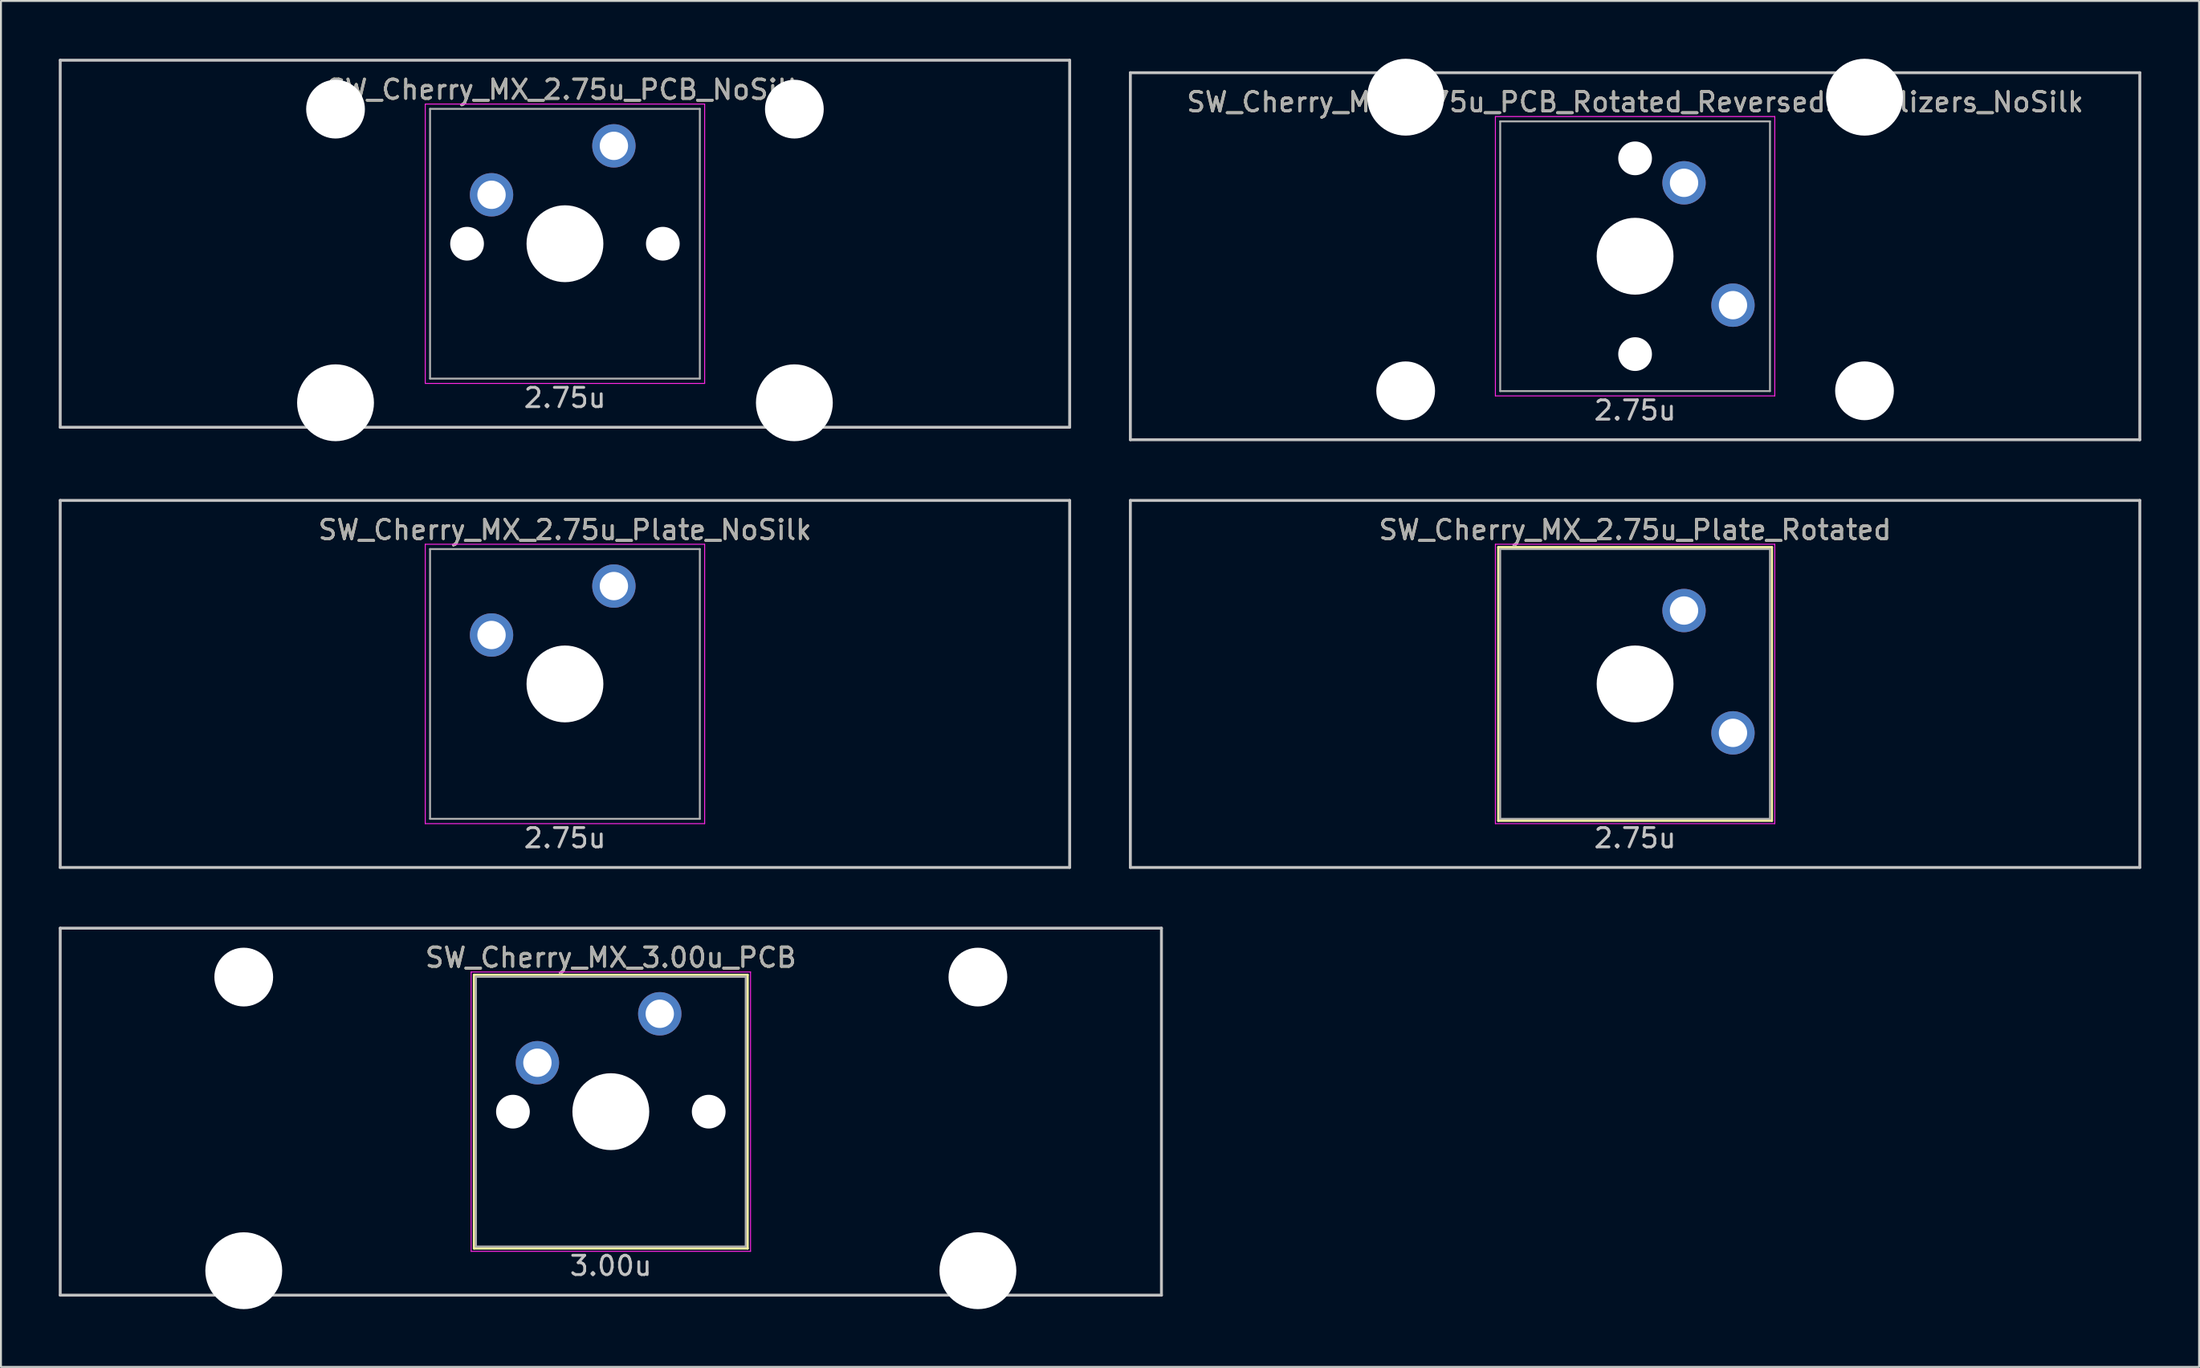
<source format=kicad_pcb>
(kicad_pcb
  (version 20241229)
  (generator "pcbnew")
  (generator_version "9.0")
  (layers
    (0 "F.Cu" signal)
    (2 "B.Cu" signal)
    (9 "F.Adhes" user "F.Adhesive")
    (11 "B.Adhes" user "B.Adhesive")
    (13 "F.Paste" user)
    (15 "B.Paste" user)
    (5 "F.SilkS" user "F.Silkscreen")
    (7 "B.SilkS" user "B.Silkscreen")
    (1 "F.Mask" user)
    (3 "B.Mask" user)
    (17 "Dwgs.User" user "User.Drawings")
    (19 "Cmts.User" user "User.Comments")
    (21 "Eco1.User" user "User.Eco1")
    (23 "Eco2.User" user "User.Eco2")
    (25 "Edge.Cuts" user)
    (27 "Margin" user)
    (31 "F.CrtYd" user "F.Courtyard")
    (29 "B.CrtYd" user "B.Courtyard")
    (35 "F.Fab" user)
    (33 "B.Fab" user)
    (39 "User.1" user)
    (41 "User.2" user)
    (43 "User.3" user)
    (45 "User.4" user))
  (footprint "SW_Cherry_MX_3.00u_PCB"
    (layer "F.Cu")
    (at 28.65 54.649)
    (property "Reference" "SW_Cherry_MX_3.00u_PCB" (at 0 -8 0) (layer "F.SilkS") (effects (font (size 1 1) (thickness 0.15))))
    (attr through_hole)
    (fp_line (start -7.1 -7.1) (end 7.1 -7.1) (stroke (width 0.12) (type solid)) (layer "F.SilkS"))
    (fp_line (start -7.1 7.1) (end -7.1 -7.1) (stroke (width 0.12) (type solid)) (layer "F.SilkS"))
    (fp_line (start 7.1 -7.1) (end 7.1 7.1) (stroke (width 0.12) (type solid)) (layer "F.SilkS"))
    (fp_line (start 7.1 7.1) (end -7.1 7.1) (stroke (width 0.12) (type solid)) (layer "F.SilkS"))
    (fp_line (start -28.575 -9.525) (end 28.575 -9.525) (stroke (width 0.15) (type solid)) (layer "Dwgs.User"))
    (fp_line (start -28.575 9.525) (end -28.575 -9.525) (stroke (width 0.15) (type solid)) (layer "Dwgs.User"))
    (fp_line (start -28.575 9.525) (end 28.575 9.525) (stroke (width 0.15) (type solid)) (layer "Dwgs.User"))
    (fp_line (start 28.575 -9.525) (end 28.575 9.525) (stroke (width 0.15) (type solid)) (layer "Dwgs.User"))
    (fp_line (start -7.25 -7.25) (end 7.25 -7.25) (stroke (width 0.05) (type solid)) (layer "F.CrtYd"))
    (fp_line (start -7.25 7.25) (end -7.25 -7.25) (stroke (width 0.05) (type solid)) (layer "F.CrtYd"))
    (fp_line (start 7.25 -7.25) (end 7.25 7.25) (stroke (width 0.05) (type solid)) (layer "F.CrtYd"))
    (fp_line (start 7.25 7.25) (end -7.25 7.25) (stroke (width 0.05) (type solid)) (layer "F.CrtYd"))
    (fp_line (start -7 -7) (end 7 -7) (stroke (width 0.1) (type solid)) (layer "F.Fab"))
    (fp_line (start -7 7) (end -7 -7) (stroke (width 0.1) (type solid)) (layer "F.Fab"))
    (fp_line (start 7 -7) (end 7 7) (stroke (width 0.1) (type solid)) (layer "F.Fab"))
    (fp_line (start 7 7) (end -7 7) (stroke (width 0.1) (type solid)) (layer "F.Fab"))
    (fp_text user "3.00u" (at 0 8 0) (layer "Dwgs.User") (effects (font (size 1 1) (thickness 0.15))))
    (fp_text user "${REFERENCE}" (at 0 -8 0) (layer "F.Fab") (effects (font (size 1 1) (thickness 0.15))))
    (pad "" np_thru_hole circle (at -19.05 -6.985) (size 3.048 3.048) (drill 3.048) (layers "*.Cu" "*.Mask"))
    (pad "" np_thru_hole circle (at -19.05 8.255) (size 3.988 3.988) (drill 3.988) (layers "*.Cu" "*.Mask"))
    (pad "" np_thru_hole circle (at -5.08 0 48.1) (size 1.75 1.75) (drill 1.75) (layers "*.Cu" "*.Mask"))
    (pad "" np_thru_hole circle (at 0 0) (size 3.988 3.988) (drill 3.988) (layers "*.Cu" "*.Mask"))
    (pad "" np_thru_hole circle (at 5.08 0 48.1) (size 1.75 1.75) (drill 1.75) (layers "*.Cu" "*.Mask"))
    (pad "" np_thru_hole circle (at 19.05 -6.985) (size 3.048 3.048) (drill 3.048) (layers "*.Cu" "*.Mask"))
    (pad "" np_thru_hole circle (at 19.05 8.255) (size 3.988 3.988) (drill 3.988) (layers "*.Cu" "*.Mask"))
    (pad "1" thru_hole circle (at -3.81 -2.54 48.1) (size 2.25 2.25) (drill 1.47) (layers "*.Cu" "B.Mask"))
    (pad "2" thru_hole circle (at 2.54 -5.08) (size 2.25 2.25) (drill 1.47) (layers "*.Cu" "B.Mask")))
  (footprint "SW_Cherry_MX_2.75u_PCB_Rotated_ReversedStabilizers_NoSilk"
    (layer "F.Cu")
    (at 81.806 10.249)
    (property "Reference" "SW_Cherry_MX_2.75u_PCB_Rotated_ReversedStabilizers_NoSilk" (at 0 -8 0) (layer "F.SilkS") (effects (font (size 1 1) (thickness 0.15))))
    (attr through_hole)
    (fp_line (start -26.194 -9.525) (end 26.194 -9.525) (stroke (width 0.15) (type solid)) (layer "Dwgs.User"))
    (fp_line (start -26.194 9.525) (end -26.194 -9.525) (stroke (width 0.15) (type solid)) (layer "Dwgs.User"))
    (fp_line (start -26.194 9.525) (end 26.194 9.525) (stroke (width 0.15) (type solid)) (layer "Dwgs.User"))
    (fp_line (start 26.194 -9.525) (end 26.194 9.525) (stroke (width 0.15) (type solid)) (layer "Dwgs.User"))
    (fp_line (start -7.25 -7.25) (end 7.25 -7.25) (stroke (width 0.05) (type solid)) (layer "F.CrtYd"))
    (fp_line (start -7.25 7.25) (end -7.25 -7.25) (stroke (width 0.05) (type solid)) (layer "F.CrtYd"))
    (fp_line (start 7.25 -7.25) (end 7.25 7.25) (stroke (width 0.05) (type solid)) (layer "F.CrtYd"))
    (fp_line (start 7.25 7.25) (end -7.25 7.25) (stroke (width 0.05) (type solid)) (layer "F.CrtYd"))
    (fp_line (start -7 -7) (end 7 -7) (stroke (width 0.1) (type solid)) (layer "F.Fab"))
    (fp_line (start -7 7) (end -7 -7) (stroke (width 0.1) (type solid)) (layer "F.Fab"))
    (fp_line (start 7 -7) (end 7 7) (stroke (width 0.1) (type solid)) (layer "F.Fab"))
    (fp_line (start 7 7) (end -7 7) (stroke (width 0.1) (type solid)) (layer "F.Fab"))
    (fp_text user "2.75u" (at 0 8 0) (layer "Dwgs.User") (effects (font (size 1 1) (thickness 0.15))))
    (fp_text user "${REFERENCE}" (at 0 -8 0) (layer "F.Fab") (effects (font (size 1 1) (thickness 0.15))))
    (pad "" np_thru_hole circle (at -11.906 -8.255) (size 3.988 3.988) (drill 3.988) (layers "*.Cu" "*.Mask"))
    (pad "" np_thru_hole circle (at -11.906 6.985) (size 3.048 3.048) (drill 3.048) (layers "*.Cu" "*.Mask"))
    (pad "" np_thru_hole circle (at 0 -5.08 318.1) (size 1.75 1.75) (drill 1.75) (layers "*.Cu" "*.Mask"))
    (pad "" np_thru_hole circle (at 0 0 270) (size 3.988 3.988) (drill 3.988) (layers "*.Cu" "*.Mask"))
    (pad "" np_thru_hole circle (at 0 5.08 318.1) (size 1.75 1.75) (drill 1.75) (layers "*.Cu" "*.Mask"))
    (pad "" np_thru_hole circle (at 11.906 -8.255) (size 3.988 3.988) (drill 3.988) (layers "*.Cu" "*.Mask"))
    (pad "" np_thru_hole circle (at 11.906 6.985) (size 3.048 3.048) (drill 3.048) (layers "*.Cu" "*.Mask"))
    (pad "1" thru_hole circle (at 2.54 -3.81 270) (size 2.25 2.25) (drill 1.47) (layers "*.Cu" "B.Mask"))
    (pad "2" thru_hole circle (at 5.08 2.54 270) (size 2.25 2.25) (drill 1.47) (layers "*.Cu" "B.Mask")))
  (footprint "SW_Cherry_MX_2.75u_PCB_NoSilk"
    (layer "F.Cu")
    (at 26.269 9.6)
    (property "Reference" "SW_Cherry_MX_2.75u_PCB_NoSilk" (at 0 -8 0) (layer "F.SilkS") (effects (font (size 1 1) (thickness 0.15))))
    (attr through_hole)
    (fp_line (start -26.194 -9.525) (end 26.194 -9.525) (stroke (width 0.15) (type solid)) (layer "Dwgs.User"))
    (fp_line (start -26.194 9.525) (end -26.194 -9.525) (stroke (width 0.15) (type solid)) (layer "Dwgs.User"))
    (fp_line (start -26.194 9.525) (end 26.194 9.525) (stroke (width 0.15) (type solid)) (layer "Dwgs.User"))
    (fp_line (start 26.194 -9.525) (end 26.194 9.525) (stroke (width 0.15) (type solid)) (layer "Dwgs.User"))
    (fp_line (start -7.25 -7.25) (end 7.25 -7.25) (stroke (width 0.05) (type solid)) (layer "F.CrtYd"))
    (fp_line (start -7.25 7.25) (end -7.25 -7.25) (stroke (width 0.05) (type solid)) (layer "F.CrtYd"))
    (fp_line (start 7.25 -7.25) (end 7.25 7.25) (stroke (width 0.05) (type solid)) (layer "F.CrtYd"))
    (fp_line (start 7.25 7.25) (end -7.25 7.25) (stroke (width 0.05) (type solid)) (layer "F.CrtYd"))
    (fp_line (start -7 -7) (end 7 -7) (stroke (width 0.1) (type solid)) (layer "F.Fab"))
    (fp_line (start -7 7) (end -7 -7) (stroke (width 0.1) (type solid)) (layer "F.Fab"))
    (fp_line (start 7 -7) (end 7 7) (stroke (width 0.1) (type solid)) (layer "F.Fab"))
    (fp_line (start 7 7) (end -7 7) (stroke (width 0.1) (type solid)) (layer "F.Fab"))
    (fp_text user "2.75u" (at 0 8 0) (layer "Dwgs.User") (effects (font (size 1 1) (thickness 0.15))))
    (fp_text user "${REFERENCE}" (at 0 -8 0) (layer "F.Fab") (effects (font (size 1 1) (thickness 0.15))))
    (pad "" np_thru_hole circle (at -11.906 -6.985) (size 3.048 3.048) (drill 3.048) (layers "*.Cu" "*.Mask"))
    (pad "" np_thru_hole circle (at -11.906 8.255) (size 3.988 3.988) (drill 3.988) (layers "*.Cu" "*.Mask"))
    (pad "" np_thru_hole circle (at -5.08 0 48.1) (size 1.75 1.75) (drill 1.75) (layers "*.Cu" "*.Mask"))
    (pad "" np_thru_hole circle (at 0 0) (size 3.988 3.988) (drill 3.988) (layers "*.Cu" "*.Mask"))
    (pad "" np_thru_hole circle (at 5.08 0 48.1) (size 1.75 1.75) (drill 1.75) (layers "*.Cu" "*.Mask"))
    (pad "" np_thru_hole circle (at 11.906 -6.985) (size 3.048 3.048) (drill 3.048) (layers "*.Cu" "*.Mask"))
    (pad "" np_thru_hole circle (at 11.906 8.255) (size 3.988 3.988) (drill 3.988) (layers "*.Cu" "*.Mask"))
    (pad "1" thru_hole circle (at -3.81 -2.54) (size 2.25 2.25) (drill 1.47) (layers "*.Cu" "B.Mask"))
    (pad "2" thru_hole circle (at 2.54 -5.08) (size 2.25 2.25) (drill 1.47) (layers "*.Cu" "B.Mask")))
  (footprint "SW_Cherry_MX_2.75u_Plate_Rotated"
    (layer "F.Cu")
    (at 81.806 32.449)
    (property "Reference" "SW_Cherry_MX_2.75u_Plate_Rotated" (at 0 -8 0) (layer "F.SilkS") (effects (font (size 1 1) (thickness 0.15))))
    (attr through_hole)
    (fp_line (start -7.1 -7.1) (end 7.1 -7.1) (stroke (width 0.12) (type solid)) (layer "F.SilkS"))
    (fp_line (start -7.1 7.1) (end -7.1 -7.1) (stroke (width 0.12) (type solid)) (layer "F.SilkS"))
    (fp_line (start 7.1 -7.1) (end 7.1 7.1) (stroke (width 0.12) (type solid)) (layer "F.SilkS"))
    (fp_line (start 7.1 7.1) (end -7.1 7.1) (stroke (width 0.12) (type solid)) (layer "F.SilkS"))
    (fp_line (start -26.194 -9.525) (end 26.194 -9.525) (stroke (width 0.15) (type solid)) (layer "Dwgs.User"))
    (fp_line (start -26.194 9.525) (end -26.194 -9.525) (stroke (width 0.15) (type solid)) (layer "Dwgs.User"))
    (fp_line (start -26.194 9.525) (end 26.194 9.525) (stroke (width 0.15) (type solid)) (layer "Dwgs.User"))
    (fp_line (start 26.194 -9.525) (end 26.194 9.525) (stroke (width 0.15) (type solid)) (layer "Dwgs.User"))
    (fp_line (start -7.25 -7.25) (end 7.25 -7.25) (stroke (width 0.05) (type solid)) (layer "F.CrtYd"))
    (fp_line (start -7.25 7.25) (end -7.25 -7.25) (stroke (width 0.05) (type solid)) (layer "F.CrtYd"))
    (fp_line (start 7.25 -7.25) (end 7.25 7.25) (stroke (width 0.05) (type solid)) (layer "F.CrtYd"))
    (fp_line (start 7.25 7.25) (end -7.25 7.25) (stroke (width 0.05) (type solid)) (layer "F.CrtYd"))
    (fp_line (start -7 -7) (end 7 -7) (stroke (width 0.1) (type solid)) (layer "F.Fab"))
    (fp_line (start -7 7) (end -7 -7) (stroke (width 0.1) (type solid)) (layer "F.Fab"))
    (fp_line (start 7 -7) (end 7 7) (stroke (width 0.1) (type solid)) (layer "F.Fab"))
    (fp_line (start 7 7) (end -7 7) (stroke (width 0.1) (type solid)) (layer "F.Fab"))
    (fp_text user "2.75u" (at 0 8 0) (layer "Dwgs.User") (effects (font (size 1 1) (thickness 0.15))))
    (fp_text user "${REFERENCE}" (at 0 -8 0) (layer "F.Fab") (effects (font (size 1 1) (thickness 0.15))))
    (pad "" np_thru_hole circle (at 0 0 270) (size 3.988 3.988) (drill 3.988) (layers "*.Cu" "*.Mask"))
    (pad "1" thru_hole circle (at 2.54 -3.81 270) (size 2.25 2.25) (drill 1.47) (layers "*.Cu" "B.Mask"))
    (pad "2" thru_hole circle (at 5.08 2.54 270) (size 2.25 2.25) (drill 1.47) (layers "*.Cu" "B.Mask")))
  (footprint "SW_Cherry_MX_2.75u_Plate_NoSilk"
    (layer "F.Cu")
    (at 26.269 32.449)
    (property "Reference" "SW_Cherry_MX_2.75u_Plate_NoSilk" (at 0 -8 0) (layer "F.SilkS") (effects (font (size 1 1) (thickness 0.15))))
    (attr through_hole)
    (fp_line (start -26.194 -9.525) (end 26.194 -9.525) (stroke (width 0.15) (type solid)) (layer "Dwgs.User"))
    (fp_line (start -26.194 9.525) (end -26.194 -9.525) (stroke (width 0.15) (type solid)) (layer "Dwgs.User"))
    (fp_line (start -26.194 9.525) (end 26.194 9.525) (stroke (width 0.15) (type solid)) (layer "Dwgs.User"))
    (fp_line (start 26.194 -9.525) (end 26.194 9.525) (stroke (width 0.15) (type solid)) (layer "Dwgs.User"))
    (fp_line (start -7.25 -7.25) (end 7.25 -7.25) (stroke (width 0.05) (type solid)) (layer "F.CrtYd"))
    (fp_line (start -7.25 7.25) (end -7.25 -7.25) (stroke (width 0.05) (type solid)) (layer "F.CrtYd"))
    (fp_line (start 7.25 -7.25) (end 7.25 7.25) (stroke (width 0.05) (type solid)) (layer "F.CrtYd"))
    (fp_line (start 7.25 7.25) (end -7.25 7.25) (stroke (width 0.05) (type solid)) (layer "F.CrtYd"))
    (fp_line (start -7 -7) (end 7 -7) (stroke (width 0.1) (type solid)) (layer "F.Fab"))
    (fp_line (start -7 7) (end -7 -7) (stroke (width 0.1) (type solid)) (layer "F.Fab"))
    (fp_line (start 7 -7) (end 7 7) (stroke (width 0.1) (type solid)) (layer "F.Fab"))
    (fp_line (start 7 7) (end -7 7) (stroke (width 0.1) (type solid)) (layer "F.Fab"))
    (fp_text user "2.75u" (at 0 8 0) (layer "Dwgs.User") (effects (font (size 1 1) (thickness 0.15))))
    (fp_text user "${REFERENCE}" (at 0 -8 0) (layer "F.Fab") (effects (font (size 1 1) (thickness 0.15))))
    (pad "" np_thru_hole circle (at 0 0) (size 3.988 3.988) (drill 3.988) (layers "*.Cu" "*.Mask"))
    (pad "1" thru_hole circle (at -3.81 -2.54) (size 2.25 2.25) (drill 1.47) (layers "*.Cu" "B.Mask"))
    (pad "2" thru_hole circle (at 2.54 -5.08) (size 2.25 2.25) (drill 1.47) (layers "*.Cu" "B.Mask")))
  (gr_rect
    (start -3 -3)
    (end 111.075 67.898)
    (stroke (width 0.1) (type default))
    (fill no)
    (layer "Edge.Cuts")))
</source>
